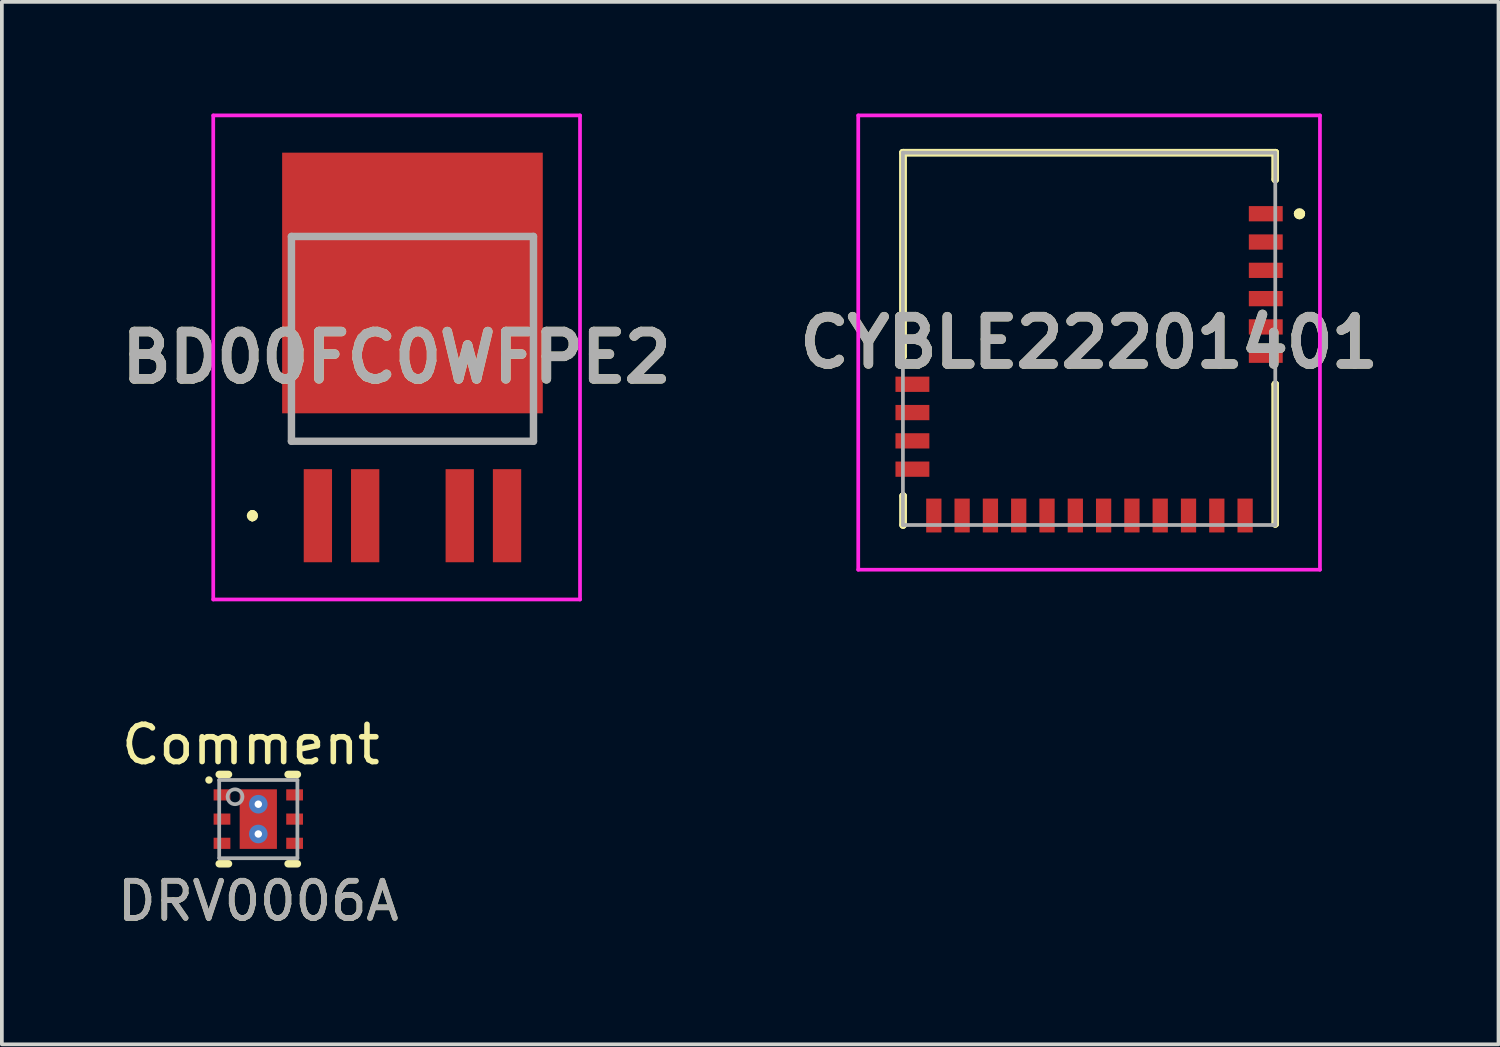
<source format=kicad_pcb>
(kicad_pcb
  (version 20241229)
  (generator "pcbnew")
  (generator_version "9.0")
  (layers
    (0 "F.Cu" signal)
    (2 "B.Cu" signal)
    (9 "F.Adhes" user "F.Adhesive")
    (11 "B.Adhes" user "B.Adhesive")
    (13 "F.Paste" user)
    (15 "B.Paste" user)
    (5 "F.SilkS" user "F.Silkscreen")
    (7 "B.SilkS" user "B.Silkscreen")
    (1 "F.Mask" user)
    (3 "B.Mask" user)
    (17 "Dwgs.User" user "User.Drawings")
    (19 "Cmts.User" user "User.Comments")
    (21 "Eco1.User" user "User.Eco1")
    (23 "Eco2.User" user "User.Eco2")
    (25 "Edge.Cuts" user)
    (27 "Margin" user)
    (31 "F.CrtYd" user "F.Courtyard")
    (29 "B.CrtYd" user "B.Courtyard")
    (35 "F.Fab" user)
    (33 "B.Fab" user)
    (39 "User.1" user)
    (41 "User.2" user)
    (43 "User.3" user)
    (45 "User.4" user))
  (footprint "BD00FC0WFPE2"
    (layer "F.Cu")
    (at 8.027 6.05)
    (property "Reference" "BD00FC0WFPE2" (at -0.425 0.5 0) (layer "F.SilkS") (effects (font (size 1.27 1.27) (thickness 0.254))))
    (attr smd)
    (fp_line (start -4.3 4.7) (end -4.3 4.7) (stroke (width 0.2) (type solid)) (layer "F.SilkS"))
    (fp_line (start -4.3 4.8) (end -4.3 4.8) (stroke (width 0.2) (type solid)) (layer "F.SilkS"))
    (fp_line (start -4.3 4.8) (end -4.3 4.8) (stroke (width 0.2) (type solid)) (layer "F.SilkS"))
    (fp_line (start -3.25 2.75) (end -3.25 2.75) (stroke (width 0.1) (type solid)) (layer "F.SilkS"))
    (fp_line (start -3.25 2.75) (end 3.25 2.75) (stroke (width 0.1) (type solid)) (layer "F.SilkS"))
    (fp_line (start 3.25 2.75) (end -3.25 2.75) (stroke (width 0.1) (type solid)) (layer "F.SilkS"))
    (fp_line (start 3.25 2.75) (end 3.25 2.75) (stroke (width 0.1) (type solid)) (layer "F.SilkS"))
    (fp_arc (start -4.3 4.7) (mid -4.25 4.75) (end -4.3 4.8) (stroke (width 0.2) (type solid)) (layer "F.SilkS"))
    (fp_arc (start -4.3 4.7) (mid -4.25 4.75) (end -4.3 4.8) (stroke (width 0.2) (type solid)) (layer "F.SilkS"))
    (fp_arc (start -4.3 4.8) (mid -4.35 4.75) (end -4.3 4.7) (stroke (width 0.2) (type solid)) (layer "F.SilkS"))
    (fp_line (start -5.35 -6) (end 4.5 -6) (stroke (width 0.1) (type solid)) (layer "F.CrtYd"))
    (fp_line (start -5.35 7) (end -5.35 -6) (stroke (width 0.1) (type solid)) (layer "F.CrtYd"))
    (fp_line (start 4.5 -6) (end 4.5 7) (stroke (width 0.1) (type solid)) (layer "F.CrtYd"))
    (fp_line (start 4.5 7) (end -5.35 7) (stroke (width 0.1) (type solid)) (layer "F.CrtYd"))
    (fp_line (start -3.25 -2.75) (end -3.25 2.75) (stroke (width 0.2) (type solid)) (layer "F.Fab"))
    (fp_line (start -3.25 2.75) (end 3.25 2.75) (stroke (width 0.2) (type solid)) (layer "F.Fab"))
    (fp_line (start 3.25 -2.75) (end -3.25 -2.75) (stroke (width 0.2) (type solid)) (layer "F.Fab"))
    (fp_line (start 3.25 2.75) (end 3.25 -2.75) (stroke (width 0.2) (type solid)) (layer "F.Fab"))
    (fp_text user "${REFERENCE}" (at -0.425 0.5 0) (layer "F.Fab") (effects (font (size 1.27 1.27) (thickness 0.254))))
    (pad "1" smd rect (at -2.54 4.75) (size 0.76 2.5) (layers "F.Cu" "F.Mask" "F.Paste"))
    (pad "2" smd rect (at -1.27 4.75) (size 0.76 2.5) (layers "F.Cu" "F.Mask" "F.Paste"))
    (pad "3" smd rect (at 0 -1.5 90) (size 7 7) (layers "F.Cu" "F.Mask" "F.Paste"))
    (pad "4" smd rect (at 1.27 4.75) (size 0.76 2.5) (layers "F.Cu" "F.Mask" "F.Paste"))
    (pad "5" smd rect (at 2.54 4.75) (size 0.76 2.5) (layers "F.Cu" "F.Mask" "F.Paste")))
  (footprint "CYBLE22201401"
    (layer "F.Cu")
    (at 26.199 6.05)
    (property "Reference" "CYBLE22201401" (at 0 0.1 0) (layer "F.SilkS") (effects (font (size 1.27 1.27) (thickness 0.254))))
    (attr smd)
    (fp_line (start -5 -5) (end -5 0.47) (stroke (width 0.2) (type solid)) (layer "F.SilkS"))
    (fp_line (start -5 0.47) (end -4.995 0.47) (stroke (width 0.2) (type solid)) (layer "F.SilkS"))
    (fp_line (start -4.995 -5) (end -5 -5) (stroke (width 0.2) (type solid)) (layer "F.SilkS"))
    (fp_line (start -4.995 -5) (end -4.995 -5) (stroke (width 0.2) (type solid)) (layer "F.SilkS"))
    (fp_line (start -4.995 -5) (end 5 -5) (stroke (width 0.2) (type solid)) (layer "F.SilkS"))
    (fp_line (start -4.995 0.47) (end -4.995 -5) (stroke (width 0.2) (type solid)) (layer "F.SilkS"))
    (fp_line (start -4.995 4.22) (end -4.995 4.22) (stroke (width 0.2) (type solid)) (layer "F.SilkS"))
    (fp_line (start -4.995 4.22) (end -4.995 5) (stroke (width 0.2) (type solid)) (layer "F.SilkS"))
    (fp_line (start -4.995 5) (end -4.995 4.22) (stroke (width 0.2) (type solid)) (layer "F.SilkS"))
    (fp_line (start -4.995 5) (end -4.995 5) (stroke (width 0.2) (type solid)) (layer "F.SilkS"))
    (fp_line (start 5 -5) (end -4.995 -5) (stroke (width 0.2) (type solid)) (layer "F.SilkS"))
    (fp_line (start 5 -5) (end 5 -5) (stroke (width 0.2) (type solid)) (layer "F.SilkS"))
    (fp_line (start 5 -5) (end 5 -5) (stroke (width 0.2) (type solid)) (layer "F.SilkS"))
    (fp_line (start 5 -5) (end 5 -4.28) (stroke (width 0.2) (type solid)) (layer "F.SilkS"))
    (fp_line (start 5 -4.28) (end 5 -5) (stroke (width 0.2) (type solid)) (layer "F.SilkS"))
    (fp_line (start 5 -4.28) (end 5 -4.28) (stroke (width 0.2) (type solid)) (layer "F.SilkS"))
    (fp_line (start 5 1.22) (end 5 1.22) (stroke (width 0.2) (type solid)) (layer "F.SilkS"))
    (fp_line (start 5 1.22) (end 5 4.97) (stroke (width 0.2) (type solid)) (layer "F.SilkS"))
    (fp_line (start 5 4.97) (end 5 1.22) (stroke (width 0.2) (type solid)) (layer "F.SilkS"))
    (fp_line (start 5 4.97) (end 5 4.97) (stroke (width 0.2) (type solid)) (layer "F.SilkS"))
    (fp_line (start 5.6 -3.36) (end 5.6 -3.36) (stroke (width 0.2) (type solid)) (layer "F.SilkS"))
    (fp_line (start 5.7 -3.36) (end 5.7 -3.36) (stroke (width 0.2) (type solid)) (layer "F.SilkS"))
    (fp_line (start 5.7 -3.36) (end 5.7 -3.36) (stroke (width 0.2) (type solid)) (layer "F.SilkS"))
    (fp_arc (start 5.6 -3.36) (mid 5.65 -3.41) (end 5.7 -3.36) (stroke (width 0.2) (type solid)) (layer "F.SilkS"))
    (fp_arc (start 5.7 -3.36) (mid 5.65 -3.31) (end 5.6 -3.36) (stroke (width 0.2) (type solid)) (layer "F.SilkS"))
    (fp_arc (start 5.7 -3.36) (mid 5.65 -3.31) (end 5.6 -3.36) (stroke (width 0.2) (type solid)) (layer "F.SilkS"))
    (fp_line (start -6.2 -6) (end 6.2 -6) (stroke (width 0.1) (type solid)) (layer "F.CrtYd"))
    (fp_line (start -6.2 6.2) (end -6.2 -6) (stroke (width 0.1) (type solid)) (layer "F.CrtYd"))
    (fp_line (start 6.2 -6) (end 6.2 6.2) (stroke (width 0.1) (type solid)) (layer "F.CrtYd"))
    (fp_line (start 6.2 6.2) (end -6.2 6.2) (stroke (width 0.1) (type solid)) (layer "F.CrtYd"))
    (fp_line (start -5 -5) (end -5 5) (stroke (width 0.1) (type solid)) (layer "F.Fab"))
    (fp_line (start -5 5) (end 5 5) (stroke (width 0.1) (type solid)) (layer "F.Fab"))
    (fp_line (start 5 -5) (end -5 -5) (stroke (width 0.1) (type solid)) (layer "F.Fab"))
    (fp_line (start 5 5) (end 5 -5) (stroke (width 0.1) (type solid)) (layer "F.Fab"))
    (fp_text user "${REFERENCE}" (at 0 0.1 0) (layer "F.Fab") (effects (font (size 1.27 1.27) (thickness 0.254))))
    (pad "1" smd rect (at 4.745 -3.36 90) (size 0.41 0.91) (layers "F.Cu" "F.Mask" "F.Paste"))
    (pad "2" smd rect (at 4.745 -2.6 90) (size 0.41 0.91) (layers "F.Cu" "F.Mask" "F.Paste"))
    (pad "3" smd rect (at 4.745 -1.84 90) (size 0.41 0.91) (layers "F.Cu" "F.Mask" "F.Paste"))
    (pad "4" smd rect (at 4.745 -1.08 90) (size 0.41 0.91) (layers "F.Cu" "F.Mask" "F.Paste"))
    (pad "5" smd rect (at 4.745 -0.32 90) (size 0.41 0.91) (layers "F.Cu" "F.Mask" "F.Paste"))
    (pad "6" smd rect (at 4.745 0.44 90) (size 0.41 0.91) (layers "F.Cu" "F.Mask" "F.Paste"))
    (pad "7" smd rect (at 4.19 4.745) (size 0.41 0.91) (layers "F.Cu" "F.Mask" "F.Paste"))
    (pad "8" smd rect (at 3.43 4.745) (size 0.41 0.91) (layers "F.Cu" "F.Mask" "F.Paste"))
    (pad "9" smd rect (at 2.67 4.745) (size 0.41 0.91) (layers "F.Cu" "F.Mask" "F.Paste"))
    (pad "10" smd rect (at 1.91 4.745) (size 0.41 0.91) (layers "F.Cu" "F.Mask" "F.Paste"))
    (pad "11" smd rect (at 1.15 4.745) (size 0.41 0.91) (layers "F.Cu" "F.Mask" "F.Paste"))
    (pad "12" smd rect (at 0.39 4.745) (size 0.41 0.91) (layers "F.Cu" "F.Mask" "F.Paste"))
    (pad "13" smd rect (at -0.37 4.745) (size 0.41 0.91) (layers "F.Cu" "F.Mask" "F.Paste"))
    (pad "14" smd rect (at -1.13 4.745) (size 0.41 0.91) (layers "F.Cu" "F.Mask" "F.Paste"))
    (pad "15" smd rect (at -1.89 4.745) (size 0.41 0.91) (layers "F.Cu" "F.Mask" "F.Paste"))
    (pad "16" smd rect (at -2.65 4.745) (size 0.41 0.91) (layers "F.Cu" "F.Mask" "F.Paste"))
    (pad "17" smd rect (at -3.41 4.745) (size 0.41 0.91) (layers "F.Cu" "F.Mask" "F.Paste"))
    (pad "18" smd rect (at -4.17 4.745) (size 0.41 0.91) (layers "F.Cu" "F.Mask" "F.Paste"))
    (pad "19" smd rect (at -4.745 3.5 90) (size 0.41 0.91) (layers "F.Cu" "F.Mask" "F.Paste"))
    (pad "20" smd rect (at -4.745 2.74 90) (size 0.41 0.91) (layers "F.Cu" "F.Mask" "F.Paste"))
    (pad "21" smd rect (at -4.745 1.98 90) (size 0.41 0.91) (layers "F.Cu" "F.Mask" "F.Paste"))
    (pad "22" smd rect (at -4.745 1.22 90) (size 0.41 0.91) (layers "F.Cu" "F.Mask" "F.Paste")))
  (footprint "DRV0006A"
    (layer "F.Cu")
    (at 3.887 18.948)
    (property "Reference" "DRV0006A" (at 0 2.2 0) (unlocked yes) (layer "F.SilkS") (effects (font (size 1 1) (thickness 0.15))))
    (attr smd)
    (fp_line (start -1.05 -1.2) (end -0.8 -1.2) (stroke (width 0.2) (type solid)) (layer "F.SilkS"))
    (fp_line (start -1.05 1.2) (end -0.8 1.2) (stroke (width 0.2) (type solid)) (layer "F.SilkS"))
    (fp_line (start 0.8 -1.2) (end 1.05 -1.2) (stroke (width 0.2) (type solid)) (layer "F.SilkS"))
    (fp_line (start 0.8 1.2) (end 1.05 1.2) (stroke (width 0.2) (type solid)) (layer "F.SilkS"))
    (fp_circle (center -1.325 -1.05) (end -1.275 -1.05) (stroke (width 0.1) (type solid)) (fill no) (layer "F.SilkS"))
    (fp_poly (pts (xy 0.474 0.733) (xy 0.474 -0.733) (xy -0.474 -0.733) (xy -0.474 0.733)) (stroke (width 0) (type solid)) (fill yes) (layer "F.Paste"))
    (fp_line (start -1.05 -1.05) (end 1.05 -1.05) (stroke (width 0.1) (type solid)) (layer "F.Fab"))
    (fp_line (start -1.05 1.05) (end -1.05 -1.05) (stroke (width 0.1) (type solid)) (layer "F.Fab"))
    (fp_line (start -1.05 1.05) (end 1.05 1.05) (stroke (width 0.1) (type solid)) (layer "F.Fab"))
    (fp_line (start 1.05 1.05) (end 1.05 -1.05) (stroke (width 0.1) (type solid)) (layer "F.Fab"))
    (fp_circle (center -0.625 -0.6) (end -0.425 -0.6) (stroke (width 0.1) (type solid)) (fill no) (layer "F.Fab"))
    (fp_text user "Comment" (at -0.2 -2 0) (unlocked yes) (layer "F.SilkS") (effects (font (size 1 1) (thickness 0.15))))
    (fp_text user "${REFERENCE}" (at 0 2.2 0) (unlocked yes) (layer "F.Fab") (effects (font (size 1 1) (thickness 0.15))))
    (pad "1" smd rect (at -0.975 -0.65 90) (size 0.3 0.45) (layers "F.Cu" "F.Mask" "F.Paste"))
    (pad "2" smd rect (at -0.975 0 90) (size 0.3 0.45) (layers "F.Cu" "F.Mask" "F.Paste"))
    (pad "3" smd rect (at -0.975 0.65 90) (size 0.3 0.45) (layers "F.Cu" "F.Mask" "F.Paste"))
    (pad "4" smd rect (at 0.975 0.65 90) (size 0.3 0.45) (layers "F.Cu" "F.Mask" "F.Paste"))
    (pad "5" smd rect (at 0.975 0 90) (size 0.3 0.45) (layers "F.Cu" "F.Mask" "F.Paste"))
    (pad "6" smd rect (at 0.975 -0.65 90) (size 0.3 0.45) (layers "F.Cu" "F.Mask" "F.Paste"))
    (pad "7" smd rect (at 0 0) (size 1 1.6) (layers "F.Cu" "F.Mask" "F.Paste"))
    (pad "V" thru_hole circle (at 0 -0.4) (size 0.5 0.5) (drill 0.2) (layers "*.Cu" "*.Mask"))
    (pad "V" thru_hole circle (at 0 0.4) (size 0.5 0.5) (drill 0.2) (layers "*.Cu" "*.Mask")))
  (gr_rect
    (start -3 -3)
    (end 37.194 24.997)
    (stroke (width 0.1) (type default))
    (fill no)
    (layer "Edge.Cuts")))
</source>
